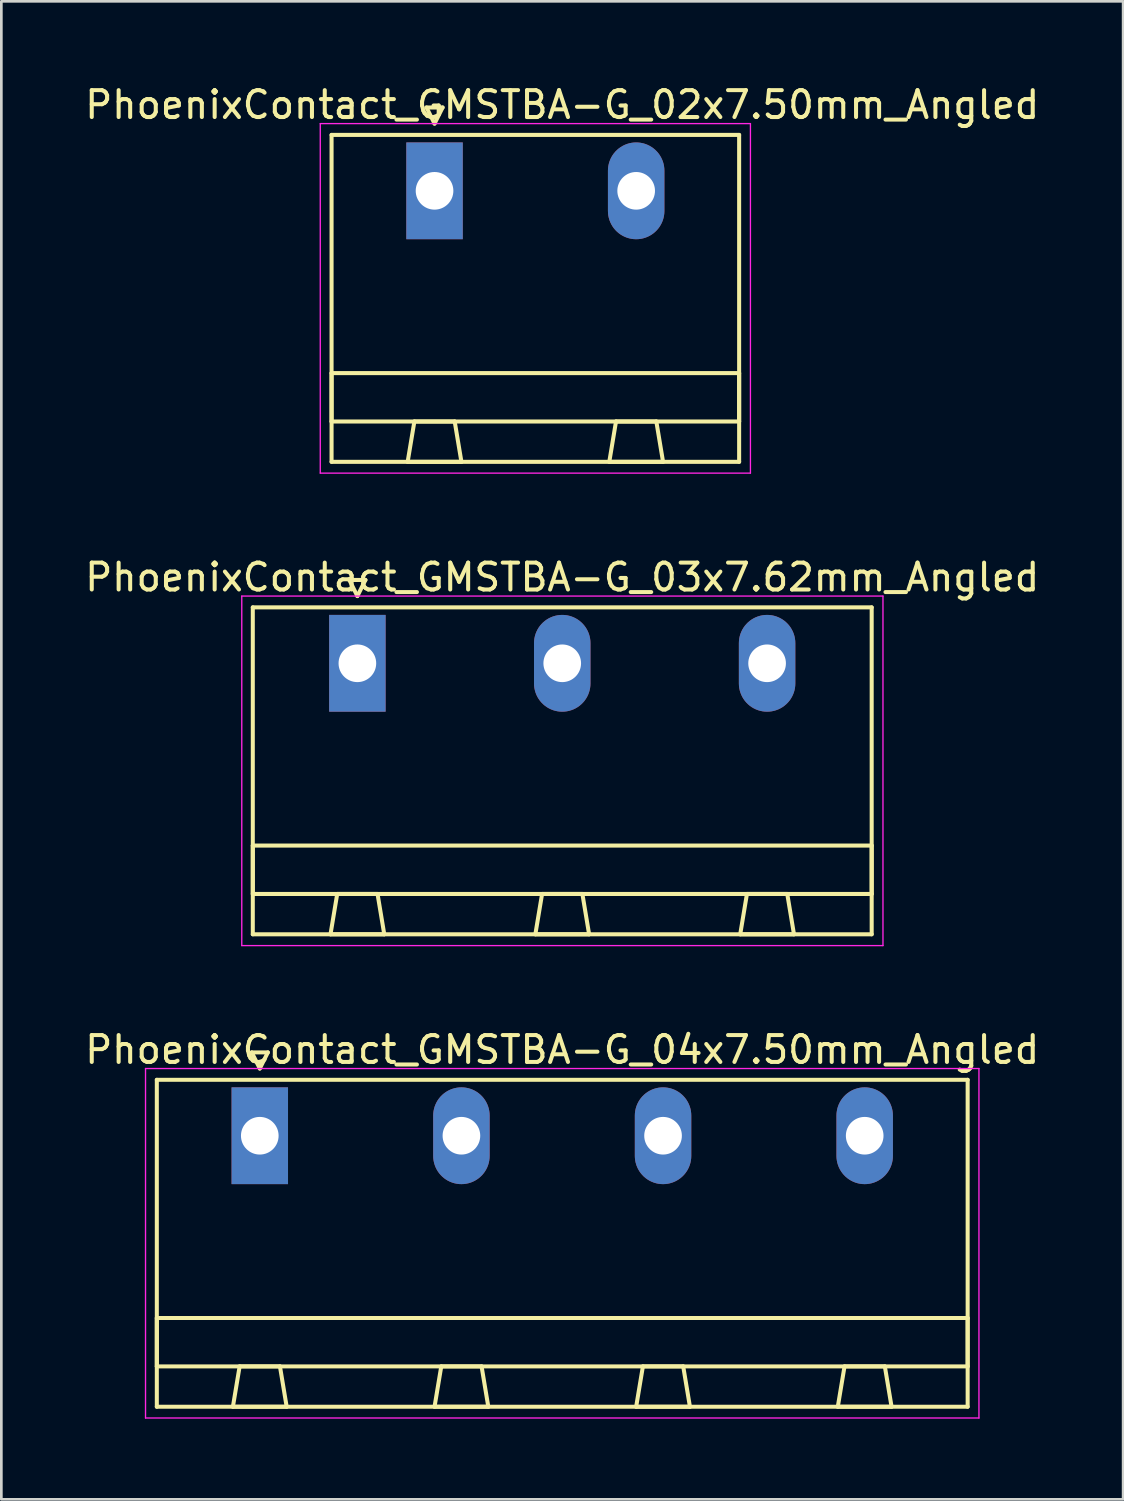
<source format=kicad_pcb>
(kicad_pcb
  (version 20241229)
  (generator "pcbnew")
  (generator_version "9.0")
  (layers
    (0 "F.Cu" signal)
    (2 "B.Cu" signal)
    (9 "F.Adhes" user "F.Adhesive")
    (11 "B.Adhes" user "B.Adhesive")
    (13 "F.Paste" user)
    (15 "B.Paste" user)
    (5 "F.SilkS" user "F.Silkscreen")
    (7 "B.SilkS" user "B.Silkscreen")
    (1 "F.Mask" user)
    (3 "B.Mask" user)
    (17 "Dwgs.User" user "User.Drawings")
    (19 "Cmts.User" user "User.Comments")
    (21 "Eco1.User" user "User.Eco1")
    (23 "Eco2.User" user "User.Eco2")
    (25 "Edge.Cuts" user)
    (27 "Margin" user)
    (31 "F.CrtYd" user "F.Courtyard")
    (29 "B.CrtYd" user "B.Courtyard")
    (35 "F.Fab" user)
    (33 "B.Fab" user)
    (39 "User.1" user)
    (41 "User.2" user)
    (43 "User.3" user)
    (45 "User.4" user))
  (footprint "PhoenixContact_GMSTBA-G_02x7.50mm_Angled"
    (layer "F.Cu")
    (at 13.113 4.048)
    (property "Reference" "PhoenixContact_GMSTBA-G_02x7.50mm_Angled" (at 4.75 -3.2 0) (layer "F.SilkS") (effects (font (size 1 1) (thickness 0.15))))
    (attr through_hole)
    (fp_line (start -3.83 -2.08) (end -3.83 10.08) (stroke (width 0.15) (type solid)) (layer "F.SilkS"))
    (fp_line (start -3.83 6.78) (end 11.33 6.78) (stroke (width 0.15) (type solid)) (layer "F.SilkS"))
    (fp_line (start -3.83 8.58) (end -3.83 6.78) (stroke (width 0.15) (type solid)) (layer "F.SilkS"))
    (fp_line (start -3.83 10.08) (end 11.33 10.08) (stroke (width 0.15) (type solid)) (layer "F.SilkS"))
    (fp_line (start -1 10.08) (end 1 10.08) (stroke (width 0.15) (type solid)) (layer "F.SilkS"))
    (fp_line (start -0.75 8.58) (end -1 10.08) (stroke (width 0.15) (type solid)) (layer "F.SilkS"))
    (fp_line (start -0.3 -3.1) (end 0 -2.5) (stroke (width 0.15) (type solid)) (layer "F.SilkS"))
    (fp_line (start 0 -2.5) (end 0.3 -3.1) (stroke (width 0.15) (type solid)) (layer "F.SilkS"))
    (fp_line (start 0.3 -3.1) (end -0.3 -3.1) (stroke (width 0.15) (type solid)) (layer "F.SilkS"))
    (fp_line (start 0.75 8.58) (end -0.75 8.58) (stroke (width 0.15) (type solid)) (layer "F.SilkS"))
    (fp_line (start 1 10.08) (end 0.75 8.58) (stroke (width 0.15) (type solid)) (layer "F.SilkS"))
    (fp_line (start 6.5 10.08) (end 8.5 10.08) (stroke (width 0.15) (type solid)) (layer "F.SilkS"))
    (fp_line (start 6.75 8.58) (end 6.5 10.08) (stroke (width 0.15) (type solid)) (layer "F.SilkS"))
    (fp_line (start 8.25 8.58) (end 6.75 8.58) (stroke (width 0.15) (type solid)) (layer "F.SilkS"))
    (fp_line (start 8.5 10.08) (end 8.25 8.58) (stroke (width 0.15) (type solid)) (layer "F.SilkS"))
    (fp_line (start 11.33 -2.08) (end -3.83 -2.08) (stroke (width 0.15) (type solid)) (layer "F.SilkS"))
    (fp_line (start 11.33 6.78) (end 11.33 8.58) (stroke (width 0.15) (type solid)) (layer "F.SilkS"))
    (fp_line (start 11.33 8.58) (end -3.83 8.58) (stroke (width 0.15) (type solid)) (layer "F.SilkS"))
    (fp_line (start 11.33 10.08) (end 11.33 -2.08) (stroke (width 0.15) (type solid)) (layer "F.SilkS"))
    (fp_line (start -4.25 -2.5) (end -4.25 10.5) (stroke (width 0.05) (type solid)) (layer "F.CrtYd"))
    (fp_line (start -4.25 10.5) (end 11.75 10.5) (stroke (width 0.05) (type solid)) (layer "F.CrtYd"))
    (fp_line (start 11.75 -2.5) (end -4.25 -2.5) (stroke (width 0.05) (type solid)) (layer "F.CrtYd"))
    (fp_line (start 11.75 10.5) (end 11.75 -2.5) (stroke (width 0.05) (type solid)) (layer "F.CrtYd"))
    (pad "1" thru_hole rect (at 0 0) (size 2.1 3.6) (drill 1.4) (layers "*.Cu" "*.Mask"))
    (pad "2" thru_hole oval (at 7.5 0) (size 2.1 3.6) (drill 1.4) (layers "*.Cu" "*.Mask")))
  (footprint "PhoenixContact_GMSTBA-G_03x7.62mm_Angled"
    (layer "F.Cu")
    (at 10.243 21.622)
    (property "Reference" "PhoenixContact_GMSTBA-G_03x7.62mm_Angled" (at 7.62 -3.2 0) (layer "F.SilkS") (effects (font (size 1 1) (thickness 0.15))))
    (attr through_hole)
    (fp_line (start -3.89 -2.08) (end -3.89 10.08) (stroke (width 0.15) (type solid)) (layer "F.SilkS"))
    (fp_line (start -3.89 6.78) (end 19.13 6.78) (stroke (width 0.15) (type solid)) (layer "F.SilkS"))
    (fp_line (start -3.89 8.58) (end -3.89 6.78) (stroke (width 0.15) (type solid)) (layer "F.SilkS"))
    (fp_line (start -3.89 10.08) (end 19.13 10.08) (stroke (width 0.15) (type solid)) (layer "F.SilkS"))
    (fp_line (start -1 10.08) (end 1 10.08) (stroke (width 0.15) (type solid)) (layer "F.SilkS"))
    (fp_line (start -0.75 8.58) (end -1 10.08) (stroke (width 0.15) (type solid)) (layer "F.SilkS"))
    (fp_line (start -0.3 -3.1) (end 0 -2.5) (stroke (width 0.15) (type solid)) (layer "F.SilkS"))
    (fp_line (start 0 -2.5) (end 0.3 -3.1) (stroke (width 0.15) (type solid)) (layer "F.SilkS"))
    (fp_line (start 0.3 -3.1) (end -0.3 -3.1) (stroke (width 0.15) (type solid)) (layer "F.SilkS"))
    (fp_line (start 0.75 8.58) (end -0.75 8.58) (stroke (width 0.15) (type solid)) (layer "F.SilkS"))
    (fp_line (start 1 10.08) (end 0.75 8.58) (stroke (width 0.15) (type solid)) (layer "F.SilkS"))
    (fp_line (start 6.62 10.08) (end 8.62 10.08) (stroke (width 0.15) (type solid)) (layer "F.SilkS"))
    (fp_line (start 6.87 8.58) (end 6.62 10.08) (stroke (width 0.15) (type solid)) (layer "F.SilkS"))
    (fp_line (start 8.37 8.58) (end 6.87 8.58) (stroke (width 0.15) (type solid)) (layer "F.SilkS"))
    (fp_line (start 8.62 10.08) (end 8.37 8.58) (stroke (width 0.15) (type solid)) (layer "F.SilkS"))
    (fp_line (start 14.24 10.08) (end 16.24 10.08) (stroke (width 0.15) (type solid)) (layer "F.SilkS"))
    (fp_line (start 14.49 8.58) (end 14.24 10.08) (stroke (width 0.15) (type solid)) (layer "F.SilkS"))
    (fp_line (start 15.99 8.58) (end 14.49 8.58) (stroke (width 0.15) (type solid)) (layer "F.SilkS"))
    (fp_line (start 16.24 10.08) (end 15.99 8.58) (stroke (width 0.15) (type solid)) (layer "F.SilkS"))
    (fp_line (start 19.13 -2.08) (end -3.89 -2.08) (stroke (width 0.15) (type solid)) (layer "F.SilkS"))
    (fp_line (start 19.13 6.78) (end 19.13 8.58) (stroke (width 0.15) (type solid)) (layer "F.SilkS"))
    (fp_line (start 19.13 8.58) (end -3.89 8.58) (stroke (width 0.15) (type solid)) (layer "F.SilkS"))
    (fp_line (start 19.13 10.08) (end 19.13 -2.08) (stroke (width 0.15) (type solid)) (layer "F.SilkS"))
    (fp_line (start -4.3 -2.5) (end -4.3 10.5) (stroke (width 0.05) (type solid)) (layer "F.CrtYd"))
    (fp_line (start -4.3 10.5) (end 19.55 10.5) (stroke (width 0.05) (type solid)) (layer "F.CrtYd"))
    (fp_line (start 19.55 -2.5) (end -4.3 -2.5) (stroke (width 0.05) (type solid)) (layer "F.CrtYd"))
    (fp_line (start 19.55 10.5) (end 19.55 -2.5) (stroke (width 0.05) (type solid)) (layer "F.CrtYd"))
    (pad "1" thru_hole rect (at 0 0) (size 2.1 3.6) (drill 1.4) (layers "*.Cu" "*.Mask"))
    (pad "2" thru_hole oval (at 7.62 0) (size 2.1 3.6) (drill 1.4) (layers "*.Cu" "*.Mask"))
    (pad "3" thru_hole oval (at 15.24 0) (size 2.1 3.6) (drill 1.4) (layers "*.Cu" "*.Mask")))
  (footprint "PhoenixContact_GMSTBA-G_04x7.50mm_Angled"
    (layer "F.Cu")
    (at 6.613 39.195)
    (property "Reference" "PhoenixContact_GMSTBA-G_04x7.50mm_Angled" (at 11.25 -3.2 0) (layer "F.SilkS") (effects (font (size 1 1) (thickness 0.15))))
    (attr through_hole)
    (fp_line (start -3.83 -2.08) (end -3.83 10.08) (stroke (width 0.15) (type solid)) (layer "F.SilkS"))
    (fp_line (start -3.83 6.78) (end 26.33 6.78) (stroke (width 0.15) (type solid)) (layer "F.SilkS"))
    (fp_line (start -3.83 8.58) (end -3.83 6.78) (stroke (width 0.15) (type solid)) (layer "F.SilkS"))
    (fp_line (start -3.83 10.08) (end 26.33 10.08) (stroke (width 0.15) (type solid)) (layer "F.SilkS"))
    (fp_line (start -1 10.08) (end 1 10.08) (stroke (width 0.15) (type solid)) (layer "F.SilkS"))
    (fp_line (start -0.75 8.58) (end -1 10.08) (stroke (width 0.15) (type solid)) (layer "F.SilkS"))
    (fp_line (start -0.3 -3.1) (end 0 -2.5) (stroke (width 0.15) (type solid)) (layer "F.SilkS"))
    (fp_line (start 0 -2.5) (end 0.3 -3.1) (stroke (width 0.15) (type solid)) (layer "F.SilkS"))
    (fp_line (start 0.3 -3.1) (end -0.3 -3.1) (stroke (width 0.15) (type solid)) (layer "F.SilkS"))
    (fp_line (start 0.75 8.58) (end -0.75 8.58) (stroke (width 0.15) (type solid)) (layer "F.SilkS"))
    (fp_line (start 1 10.08) (end 0.75 8.58) (stroke (width 0.15) (type solid)) (layer "F.SilkS"))
    (fp_line (start 6.5 10.08) (end 8.5 10.08) (stroke (width 0.15) (type solid)) (layer "F.SilkS"))
    (fp_line (start 6.75 8.58) (end 6.5 10.08) (stroke (width 0.15) (type solid)) (layer "F.SilkS"))
    (fp_line (start 8.25 8.58) (end 6.75 8.58) (stroke (width 0.15) (type solid)) (layer "F.SilkS"))
    (fp_line (start 8.5 10.08) (end 8.25 8.58) (stroke (width 0.15) (type solid)) (layer "F.SilkS"))
    (fp_line (start 14 10.08) (end 16 10.08) (stroke (width 0.15) (type solid)) (layer "F.SilkS"))
    (fp_line (start 14.25 8.58) (end 14 10.08) (stroke (width 0.15) (type solid)) (layer "F.SilkS"))
    (fp_line (start 15.75 8.58) (end 14.25 8.58) (stroke (width 0.15) (type solid)) (layer "F.SilkS"))
    (fp_line (start 16 10.08) (end 15.75 8.58) (stroke (width 0.15) (type solid)) (layer "F.SilkS"))
    (fp_line (start 21.5 10.08) (end 23.5 10.08) (stroke (width 0.15) (type solid)) (layer "F.SilkS"))
    (fp_line (start 21.75 8.58) (end 21.5 10.08) (stroke (width 0.15) (type solid)) (layer "F.SilkS"))
    (fp_line (start 23.25 8.58) (end 21.75 8.58) (stroke (width 0.15) (type solid)) (layer "F.SilkS"))
    (fp_line (start 23.5 10.08) (end 23.25 8.58) (stroke (width 0.15) (type solid)) (layer "F.SilkS"))
    (fp_line (start 26.33 -2.08) (end -3.83 -2.08) (stroke (width 0.15) (type solid)) (layer "F.SilkS"))
    (fp_line (start 26.33 6.78) (end 26.33 8.58) (stroke (width 0.15) (type solid)) (layer "F.SilkS"))
    (fp_line (start 26.33 8.58) (end -3.83 8.58) (stroke (width 0.15) (type solid)) (layer "F.SilkS"))
    (fp_line (start 26.33 10.08) (end 26.33 -2.08) (stroke (width 0.15) (type solid)) (layer "F.SilkS"))
    (fp_line (start -4.25 -2.5) (end -4.25 10.5) (stroke (width 0.05) (type solid)) (layer "F.CrtYd"))
    (fp_line (start -4.25 10.5) (end 26.75 10.5) (stroke (width 0.05) (type solid)) (layer "F.CrtYd"))
    (fp_line (start 26.75 -2.5) (end -4.25 -2.5) (stroke (width 0.05) (type solid)) (layer "F.CrtYd"))
    (fp_line (start 26.75 10.5) (end 26.75 -2.5) (stroke (width 0.05) (type solid)) (layer "F.CrtYd"))
    (pad "1" thru_hole rect (at 0 0) (size 2.1 3.6) (drill 1.4) (layers "*.Cu" "*.Mask"))
    (pad "2" thru_hole oval (at 7.5 0) (size 2.1 3.6) (drill 1.4) (layers "*.Cu" "*.Mask"))
    (pad "3" thru_hole oval (at 15 0) (size 2.1 3.6) (drill 1.4) (layers "*.Cu" "*.Mask"))
    (pad "4" thru_hole oval (at 22.5 0) (size 2.1 3.6) (drill 1.4) (layers "*.Cu" "*.Mask")))
  (gr_rect
    (start -3 -3)
    (end 38.726 52.72)
    (stroke (width 0.1) (type default))
    (fill no)
    (layer "Edge.Cuts")))
</source>
